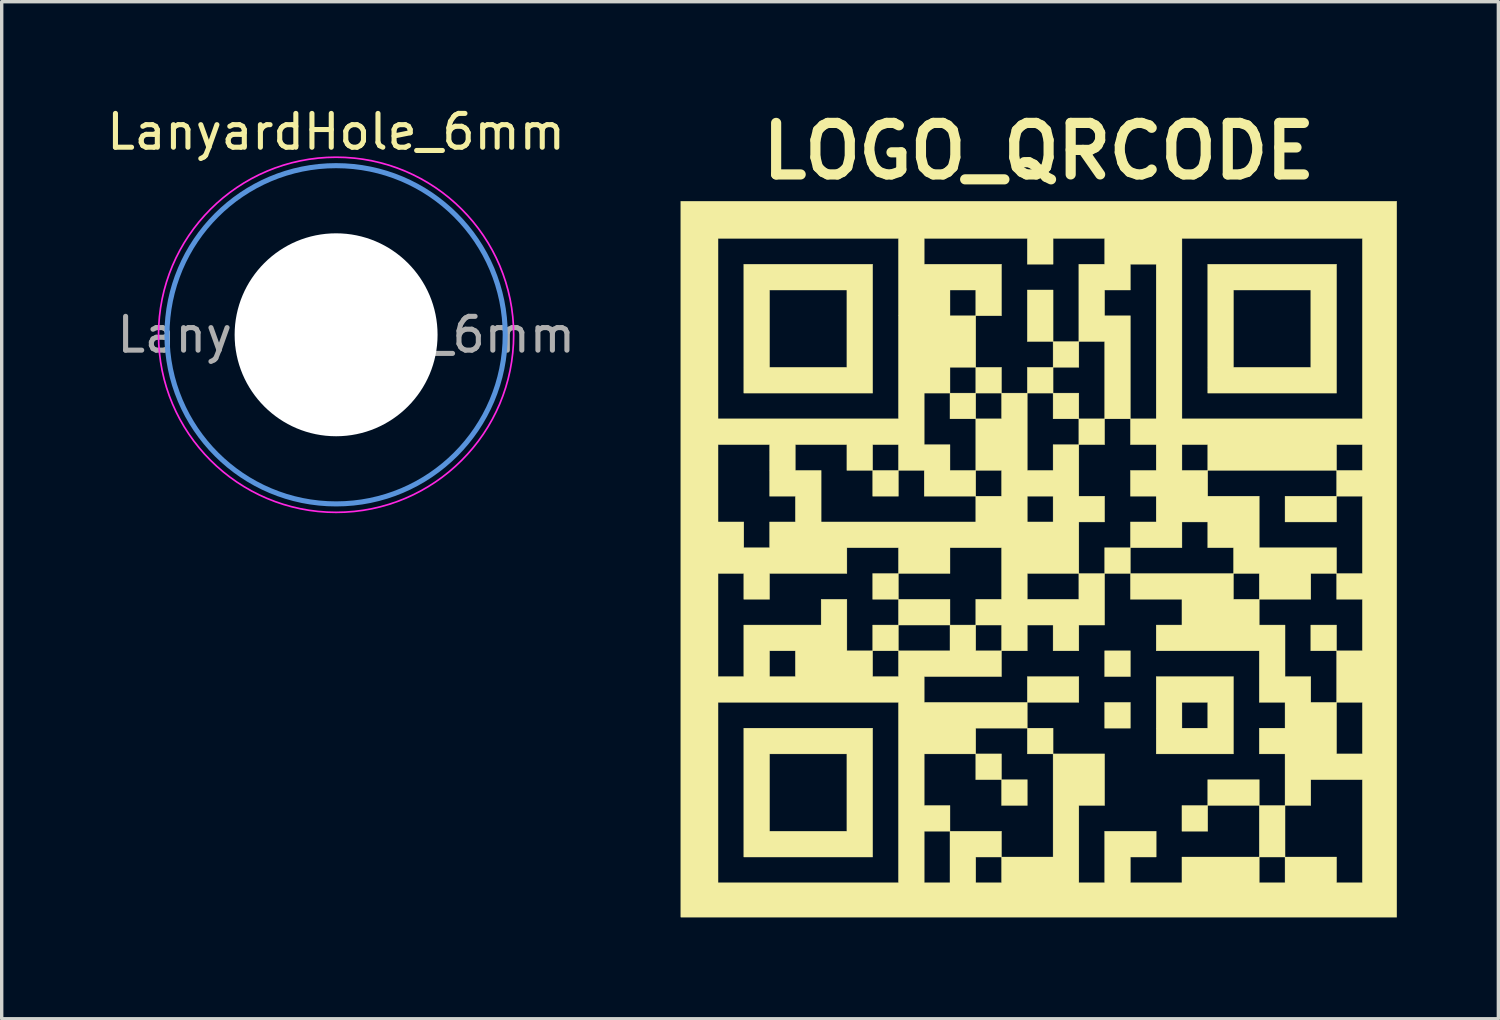
<source format=kicad_pcb>
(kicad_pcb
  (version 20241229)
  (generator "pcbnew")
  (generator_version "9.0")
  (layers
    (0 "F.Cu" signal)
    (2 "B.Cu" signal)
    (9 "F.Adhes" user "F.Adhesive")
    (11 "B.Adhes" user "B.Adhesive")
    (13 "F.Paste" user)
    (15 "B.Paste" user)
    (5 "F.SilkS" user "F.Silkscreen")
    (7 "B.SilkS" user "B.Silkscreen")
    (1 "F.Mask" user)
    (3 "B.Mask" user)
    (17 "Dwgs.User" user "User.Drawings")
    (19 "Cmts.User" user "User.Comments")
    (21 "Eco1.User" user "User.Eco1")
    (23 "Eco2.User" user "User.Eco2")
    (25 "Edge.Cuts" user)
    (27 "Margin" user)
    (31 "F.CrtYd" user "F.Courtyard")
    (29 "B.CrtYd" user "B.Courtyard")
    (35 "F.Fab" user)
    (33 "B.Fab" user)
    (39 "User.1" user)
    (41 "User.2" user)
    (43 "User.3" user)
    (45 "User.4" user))
  (footprint "LOGO_QRCODE"
    (layer "F.Cu")
    (at 27.662 13.483)
    (property "Reference" "LOGO_QRCODE" (at 0 -12.065 0) (layer "F.SilkS") (effects (font (size 1.524 1.524) (thickness 0.3))))
    (attr through_hole)
    (fp_poly (pts (xy -4.911 1.185) (xy -4.911 0.423) (xy -4.149 0.423) (xy -4.149 1.185) (xy -4.911 1.185)) (stroke (width 0.01) (type solid)) (fill yes) (layer "F.SilkS"))
    (fp_poly (pts (xy -4.149 -1.863) (xy -4.911 -1.863) (xy -4.911 -2.625) (xy -4.149 -2.625) (xy -4.149 -1.863)) (stroke (width 0.01) (type solid)) (fill yes) (layer "F.SilkS"))
    (fp_poly (pts (xy -4.149 1.185) (xy -2.625 1.185) (xy -2.625 1.947) (xy -4.149 1.947) (xy -4.149 1.185)) (stroke (width 0.01) (type solid)) (fill yes) (layer "F.SilkS"))
    (fp_poly (pts (xy -4.149 2.709) (xy -4.911 2.709) (xy -4.911 1.947) (xy -4.149 1.947) (xy -4.149 2.709)) (stroke (width 0.01) (type solid)) (fill yes) (layer "F.SilkS"))
    (fp_poly (pts (xy -1.863 -5.673) (xy -1.101 -5.673) (xy -1.101 -4.911) (xy -1.863 -4.911) (xy -1.863 -5.673)) (stroke (width 0.01) (type solid)) (fill yes) (layer "F.SilkS"))
    (fp_poly (pts (xy -1.863 -4.149) (xy -2.625 -4.149) (xy -2.625 -4.911) (xy -1.863 -4.911) (xy -1.863 -4.149)) (stroke (width 0.01) (type solid)) (fill yes) (layer "F.SilkS"))
    (fp_poly (pts (xy -1.863 6.519) (xy -1.863 5.757) (xy -1.101 5.757) (xy -1.101 6.519) (xy -1.863 6.519)) (stroke (width 0.01) (type solid)) (fill yes) (layer "F.SilkS"))
    (fp_poly (pts (xy -0.339 -6.435) (xy -0.339 -7.959) (xy 0.423 -7.959) (xy 0.423 -6.435) (xy -0.339 -6.435)) (stroke (width 0.01) (type solid)) (fill yes) (layer "F.SilkS"))
    (fp_poly (pts (xy -0.339 -4.911) (xy -0.339 -5.673) (xy 0.423 -5.673) (xy 0.423 -4.911) (xy -0.339 -4.911)) (stroke (width 0.01) (type solid)) (fill yes) (layer "F.SilkS"))
    (fp_poly (pts (xy -0.339 6.519) (xy -0.339 7.281) (xy -1.101 7.281) (xy -1.101 6.519) (xy -0.339 6.519)) (stroke (width 0.01) (type solid)) (fill yes) (layer "F.SilkS"))
    (fp_poly (pts (xy 0.423 -6.435) (xy 1.185 -6.435) (xy 1.185 -5.673) (xy 0.423 -5.673) (xy 0.423 -6.435)) (stroke (width 0.01) (type solid)) (fill yes) (layer "F.SilkS"))
    (fp_poly (pts (xy 0.423 -4.149) (xy 0.423 -4.911) (xy 1.185 -4.911) (xy 1.185 -4.149) (xy 0.423 -4.149)) (stroke (width 0.01) (type solid)) (fill yes) (layer "F.SilkS"))
    (fp_poly (pts (xy 0.423 5.757) (xy -0.339 5.757) (xy -0.339 4.995) (xy 0.423 4.995) (xy 0.423 5.757)) (stroke (width 0.01) (type solid)) (fill yes) (layer "F.SilkS"))
    (fp_poly (pts (xy 1.185 4.233) (xy -0.339 4.233) (xy -0.339 3.471) (xy 1.185 3.471) (xy 1.185 4.233)) (stroke (width 0.01) (type solid)) (fill yes) (layer "F.SilkS"))
    (fp_poly (pts (xy 1.947 -4.149) (xy 1.947 -3.387) (xy 1.185 -3.387) (xy 1.185 -4.149) (xy 1.947 -4.149)) (stroke (width 0.01) (type solid)) (fill yes) (layer "F.SilkS"))
    (fp_poly (pts (xy 2.709 0.423) (xy 1.947 0.423) (xy 1.947 -0.339) (xy 2.709 -0.339) (xy 2.709 0.423)) (stroke (width 0.01) (type solid)) (fill yes) (layer "F.SilkS"))
    (fp_poly (pts (xy 2.709 3.471) (xy 1.947 3.471) (xy 1.947 2.709) (xy 2.709 2.709) (xy 2.709 3.471)) (stroke (width 0.01) (type solid)) (fill yes) (layer "F.SilkS"))
    (fp_poly (pts (xy 2.709 4.995) (xy 1.947 4.995) (xy 1.947 4.233) (xy 2.709 4.233) (xy 2.709 4.995)) (stroke (width 0.01) (type solid)) (fill yes) (layer "F.SilkS"))
    (fp_poly (pts (xy 4.995 6.519) (xy 6.519 6.519) (xy 6.519 7.281) (xy 4.995 7.281) (xy 4.995 6.519)) (stroke (width 0.01) (type solid)) (fill yes) (layer "F.SilkS"))
    (fp_poly (pts (xy 4.995 8.043) (xy 4.233 8.043) (xy 4.233 7.281) (xy 4.995 7.281) (xy 4.995 8.043)) (stroke (width 0.01) (type solid)) (fill yes) (layer "F.SilkS"))
    (fp_poly (pts (xy 7.281 8.805) (xy 6.519 8.805) (xy 6.519 7.281) (xy 7.281 7.281) (xy 7.281 8.805)) (stroke (width 0.01) (type solid)) (fill yes) (layer "F.SilkS"))
    (fp_poly (pts (xy 8.805 -1.101) (xy 7.281 -1.101) (xy 7.281 -1.863) (xy 8.805 -1.863) (xy 8.805 -1.101)) (stroke (width 0.01) (type solid)) (fill yes) (layer "F.SilkS"))
    (fp_poly (pts (xy 8.805 2.709) (xy 8.043 2.709) (xy 8.043 1.947) (xy 8.805 1.947) (xy 8.805 2.709)) (stroke (width 0.01) (type solid)) (fill yes) (layer "F.SilkS"))
    (fp_poly (pts (xy -4.911 -4.911) (xy -8.721 -4.911) (xy -8.721 -7.959) (xy -7.959 -7.959) (xy -7.959 -5.673) (xy -5.673 -5.673) (xy -5.673 -7.959) (xy -7.959 -7.959) (xy -8.721 -7.959) (xy -8.721 -8.721) (xy -4.911 -8.721) (xy -4.911 -4.911)) (stroke (width 0.01) (type solid)) (fill yes) (layer "F.SilkS"))
    (fp_poly (pts (xy -4.911 8.805) (xy -8.721 8.805) (xy -8.721 5.757) (xy -7.959 5.757) (xy -7.959 8.043) (xy -5.673 8.043) (xy -5.673 5.757) (xy -7.959 5.757) (xy -8.721 5.757) (xy -8.721 4.995) (xy -4.911 4.995) (xy -4.911 8.805)) (stroke (width 0.01) (type solid)) (fill yes) (layer "F.SilkS"))
    (fp_poly (pts (xy 5.757 5.757) (xy 3.471 5.757) (xy 3.471 4.233) (xy 4.233 4.233) (xy 4.233 4.995) (xy 4.995 4.995) (xy 4.995 4.233) (xy 4.233 4.233) (xy 3.471 4.233) (xy 3.471 3.471) (xy 5.757 3.471) (xy 5.757 5.757)) (stroke (width 0.01) (type solid)) (fill yes) (layer "F.SilkS"))
    (fp_poly (pts (xy 8.805 -4.911) (xy 4.995 -4.911) (xy 4.995 -7.959) (xy 5.757 -7.959) (xy 5.757 -5.673) (xy 8.043 -5.673) (xy 8.043 -7.959) (xy 5.757 -7.959) (xy 4.995 -7.959) (xy 4.995 -8.721) (xy 8.805 -8.721) (xy 8.805 -4.911)) (stroke (width 0.01) (type solid)) (fill yes) (layer "F.SilkS"))
    (fp_poly (pts (xy 10.583 10.583) (xy -10.583 10.583) (xy -10.583 4.233) (xy -9.483 4.233) (xy -9.483 9.567) (xy -4.149 9.567) (xy -4.149 8.043) (xy -3.387 8.043) (xy -3.387 9.567) (xy -2.625 9.567) (xy -2.625 8.805) (xy -1.863 8.805) (xy -1.863 9.567) (xy -1.101 9.567) (xy -1.101 8.805) (xy -1.863 8.805) (xy -2.625 8.805) (xy -2.625 8.043) (xy -3.387 8.043) (xy -4.149 8.043) (xy -4.149 4.233) (xy -9.483 4.233) (xy -10.583 4.233) (xy -10.583 0.423) (xy -9.483 0.423) (xy -9.483 3.471) (xy -8.721 3.471) (xy -8.721 2.709) (xy -7.959 2.709) (xy -7.959 3.471) (xy -7.197 3.471) (xy -7.197 2.709) (xy -7.959 2.709) (xy -8.721 2.709) (xy -8.721 1.947) (xy -6.435 1.947) (xy -6.435 1.185) (xy -5.673 1.185) (xy -5.673 2.709) (xy -4.911 2.709) (xy -4.911 3.471) (xy -4.149 3.471) (xy -4.149 2.709) (xy -2.625 2.709) (xy -2.625 1.947) (xy -1.863 1.947) (xy -1.863 2.709) (xy -1.101 2.709) (xy -1.101 1.947) (xy -1.863 1.947) (xy -1.863 1.185) (xy -1.101 1.185) (xy -1.101 0.423) (xy -0.339 0.423) (xy -0.339 1.185) (xy 1.185 1.185) (xy 1.185 0.423) (xy -0.339 0.423) (xy -1.101 0.423) (xy -1.101 -0.339) (xy -2.625 -0.339) (xy -2.625 0.423) (xy -4.149 0.423) (xy -4.149 -0.339) (xy -5.673 -0.339) (xy -5.673 0.423) (xy -7.959 0.423) (xy -7.959 1.185) (xy -8.721 1.185) (xy -8.721 0.423) (xy -9.483 0.423) (xy -10.583 0.423) (xy -10.583 -3.387) (xy -9.483 -3.387) (xy -9.483 -1.101) (xy -8.721 -1.101) (xy -8.721 -0.339) (xy -7.959 -0.339) (xy -7.959 -1.101) (xy -7.197 -1.101) (xy -7.197 -1.863) (xy -7.959 -1.863) (xy -7.959 -3.387) (xy -7.197 -3.387) (xy -7.197 -2.625) (xy -6.435 -2.625) (xy -6.435 -1.101) (xy -1.863 -1.101) (xy -1.863 -1.863) (xy -3.387 -1.863) (xy -3.387 -2.625) (xy -4.149 -2.625) (xy -4.149 -3.387) (xy -4.911 -3.387) (xy -4.911 -2.625) (xy -5.673 -2.625) (xy -5.673 -3.387) (xy -7.197 -3.387) (xy -7.959 -3.387) (xy -9.483 -3.387) (xy -10.583 -3.387) (xy -10.583 -9.483) (xy -9.483 -9.483) (xy -9.483 -4.149) (xy -4.149 -4.149) (xy -4.149 -4.911) (xy -3.387 -4.911) (xy -3.387 -3.387) (xy -2.625 -3.387) (xy -2.625 -2.625) (xy -1.863 -2.625) (xy -1.863 -1.863) (xy -1.101 -1.863) (xy -0.339 -1.863) (xy -0.339 -1.101) (xy 0.423 -1.101) (xy 0.423 -1.863) (xy -0.339 -1.863) (xy -1.101 -1.863) (xy -1.101 -2.625) (xy -1.863 -2.625) (xy -1.863 -4.149) (xy -1.101 -4.149) (xy -1.101 -4.911) (xy -0.339 -4.911) (xy -0.339 -2.625) (xy 0.423 -2.625) (xy 0.423 -3.387) (xy 1.185 -3.387) (xy 1.185 -1.863) (xy 1.947 -1.863) (xy 1.947 -1.101) (xy 1.185 -1.101) (xy 1.185 0.423) (xy 1.947 0.423) (xy 1.947 1.947) (xy 1.185 1.947) (xy 1.185 2.709) (xy 0.423 2.709) (xy 0.423 1.947) (xy -0.339 1.947) (xy -0.339 2.709) (xy -1.101 2.709) (xy -1.101 3.471) (xy -3.387 3.471) (xy -3.387 4.233) (xy -0.339 4.233) (xy -0.339 4.995) (xy -1.863 4.995) (xy -1.863 5.757) (xy -3.387 5.757) (xy -3.387 7.281) (xy -2.625 7.281) (xy -2.625 8.043) (xy -1.101 8.043) (xy -1.101 8.805) (xy 0.423 8.805) (xy 0.423 5.757) (xy 1.947 5.757) (xy 1.947 7.281) (xy 1.185 7.281) (xy 1.185 9.567) (xy 1.947 9.567) (xy 1.947 8.043) (xy 3.471 8.043) (xy 3.471 8.805) (xy 2.709 8.805) (xy 2.709 9.567) (xy 4.233 9.567) (xy 4.233 8.805) (xy 6.519 8.805) (xy 6.519 9.567) (xy 7.281 9.567) (xy 7.281 8.805) (xy 8.805 8.805) (xy 8.805 9.567) (xy 9.567 9.567) (xy 9.567 6.519) (xy 8.043 6.519) (xy 8.043 7.281) (xy 7.281 7.281) (xy 7.281 5.757) (xy 8.805 5.757) (xy 9.567 5.757) (xy 9.567 4.233) (xy 8.805 4.233) (xy 8.805 5.757) (xy 7.281 5.757) (xy 6.519 5.757) (xy 6.519 4.995) (xy 7.281 4.995) (xy 7.281 4.233) (xy 6.519 4.233) (xy 6.519 2.709) (xy 3.471 2.709) (xy 3.471 1.947) (xy 4.233 1.947) (xy 6.519 1.947) (xy 7.281 1.947) (xy 7.281 3.471) (xy 8.043 3.471) (xy 8.043 4.233) (xy 8.805 4.233) (xy 8.805 2.709) (xy 9.567 2.709) (xy 9.567 1.185) (xy 8.805 1.185) (xy 8.805 0.423) (xy 8.043 0.423) (xy 8.043 1.185) (xy 6.519 1.185) (xy 6.519 1.947) (xy 4.233 1.947) (xy 4.233 1.185) (xy 2.709 1.185) (xy 2.709 0.423) (xy 5.757 0.423) (xy 5.757 1.185) (xy 6.519 1.185) (xy 6.519 0.423) (xy 5.757 0.423) (xy 5.757 -0.339) (xy 4.995 -0.339) (xy 4.995 -1.101) (xy 4.233 -1.101) (xy 4.233 -0.339) (xy 2.709 -0.339) (xy 2.709 -1.101) (xy 3.471 -1.101) (xy 3.471 -1.863) (xy 2.709 -1.863) (xy 2.709 -2.625) (xy 3.471 -2.625) (xy 3.471 -3.387) (xy 4.233 -3.387) (xy 4.233 -2.625) (xy 4.995 -2.625) (xy 4.995 -1.863) (xy 6.519 -1.863) (xy 6.519 -0.339) (xy 8.805 -0.339) (xy 8.805 0.423) (xy 9.567 0.423) (xy 9.567 -1.863) (xy 8.805 -1.863) (xy 8.805 -2.625) (xy 4.995 -2.625) (xy 4.995 -3.387) (xy 8.805 -3.387) (xy 8.805 -2.625) (xy 9.567 -2.625) (xy 9.567 -3.387) (xy 8.805 -3.387) (xy 4.995 -3.387) (xy 4.233 -3.387) (xy 3.471 -3.387) (xy 2.709 -3.387) (xy 2.709 -4.149) (xy 1.947 -4.149) (xy 1.947 -6.435) (xy 1.185 -6.435) (xy 1.185 -7.959) (xy 1.947 -7.959) (xy 1.947 -7.197) (xy 2.709 -7.197) (xy 2.709 -4.149) (xy 3.471 -4.149) (xy 3.471 -8.721) (xy 2.709 -8.721) (xy 2.709 -7.959) (xy 1.947 -7.959) (xy 1.185 -7.959) (xy 1.185 -8.721) (xy 1.947 -8.721) (xy 1.947 -9.483) (xy 4.233 -9.483) (xy 4.233 -4.149) (xy 9.567 -4.149) (xy 9.567 -9.483) (xy 4.233 -9.483) (xy 1.947 -9.483) (xy 0.423 -9.483) (xy 0.423 -8.721) (xy -0.339 -8.721) (xy -0.339 -9.483) (xy -3.387 -9.483) (xy -3.387 -8.721) (xy -1.101 -8.721) (xy -1.101 -7.197) (xy -1.863 -7.197) (xy -1.863 -5.673) (xy -2.625 -5.673) (xy -2.625 -4.911) (xy -3.387 -4.911) (xy -4.149 -4.911) (xy -4.149 -7.959) (xy -2.625 -7.959) (xy -2.625 -7.197) (xy -1.863 -7.197) (xy -1.863 -7.959) (xy -2.625 -7.959) (xy -4.149 -7.959) (xy -4.149 -9.483) (xy -9.483 -9.483) (xy -10.583 -9.483) (xy -10.583 -10.583) (xy 10.583 -10.583) (xy 10.583 10.583)) (stroke (width 0.01) (type solid)) (fill yes) (layer "F.SilkS")))
  (footprint "LanyardHole_6mm"
    (layer "F.Cu")
    (at 6.887 6.848)
    (property "Reference" "LanyardHole_6mm" (at 0 -6 0) (layer "F.SilkS") (effects (font (size 1 1) (thickness 0.15))))
    (attr exclude_from_pos_files exclude_from_bom)
    (fp_circle (center 0 0) (end 5 0) (stroke (width 0.15) (type solid)) (fill no) (layer "Cmts.User"))
    (fp_circle (center 0 0) (end 5.25 0) (stroke (width 0.05) (type solid)) (fill no) (layer "F.CrtYd"))
    (fp_text user "${REFERENCE}" (at 0.3 0 0) (layer "F.Fab") (effects (font (size 1 1) (thickness 0.15))))
    (pad "" np_thru_hole circle (at 0 0) (size 6 6) (drill 6) (layers "*.Cu" "*.Mask")))
  (gr_rect
    (start -3 -3)
    (end 41.25 27.071)
    (stroke (width 0.1) (type default))
    (fill no)
    (layer "Edge.Cuts")))
</source>
